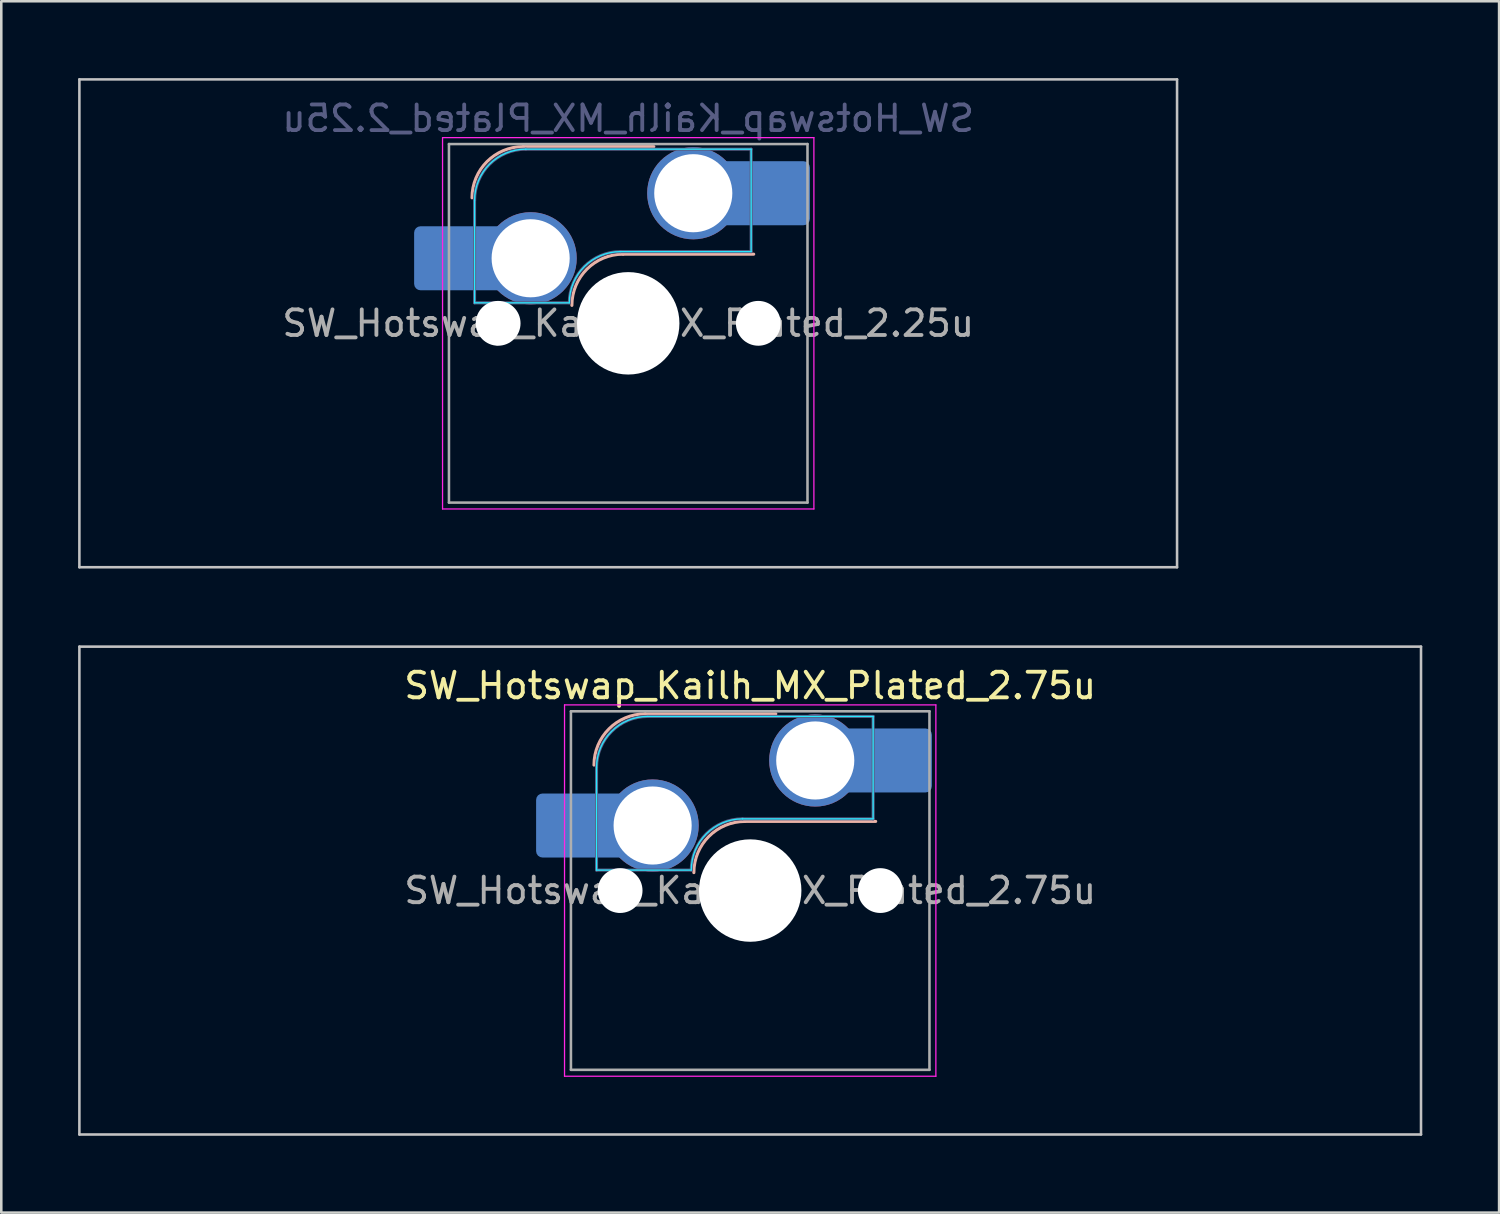
<source format=kicad_pcb>
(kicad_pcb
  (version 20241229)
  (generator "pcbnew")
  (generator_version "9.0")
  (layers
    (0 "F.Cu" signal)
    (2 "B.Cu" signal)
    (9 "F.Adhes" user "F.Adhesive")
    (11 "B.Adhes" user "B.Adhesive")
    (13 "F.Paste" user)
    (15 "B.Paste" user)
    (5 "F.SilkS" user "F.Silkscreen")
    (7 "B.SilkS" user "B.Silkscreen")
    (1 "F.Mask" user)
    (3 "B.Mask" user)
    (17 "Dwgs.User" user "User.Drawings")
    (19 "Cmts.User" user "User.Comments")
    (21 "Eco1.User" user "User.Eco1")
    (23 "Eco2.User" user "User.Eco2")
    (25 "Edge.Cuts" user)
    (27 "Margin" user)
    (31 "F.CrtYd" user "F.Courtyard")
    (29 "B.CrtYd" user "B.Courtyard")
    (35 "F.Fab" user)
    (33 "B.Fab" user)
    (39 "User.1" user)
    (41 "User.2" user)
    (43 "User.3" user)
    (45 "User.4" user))
  (footprint "SW_Hotswap_Kailh_MX_Plated_2.75u"
    (layer "F.Cu")
    (at 26.244 31.725)
    (property "Reference" "SW_Hotswap_Kailh_MX_Plated_2.75u" (at 0 -8 0) (layer "F.SilkS") (effects (font (size 1 1) (thickness 0.15))))
    (attr smd)
    (fp_line (start -4.1 -6.9) (end 1 -6.9) (stroke (width 0.12) (type solid)) (layer "B.SilkS"))
    (fp_line (start -0.2 -2.7) (end 4.9 -2.7) (stroke (width 0.12) (type solid)) (layer "B.SilkS"))
    (fp_arc (start -6.1 -4.9) (mid -5.514214 -6.314214) (end -4.1 -6.9) (stroke (width 0.12) (type solid)) (layer "B.SilkS"))
    (fp_arc (start -2.2 -0.7) (mid -1.614214 -2.114214) (end -0.2 -2.7) (stroke (width 0.12) (type solid)) (layer "B.SilkS"))
    (fp_line (start -26.194 -9.525) (end -26.194 9.525) (stroke (width 0.1) (type solid)) (layer "Dwgs.User"))
    (fp_line (start -26.194 9.525) (end 26.194 9.525) (stroke (width 0.1) (type solid)) (layer "Dwgs.User"))
    (fp_line (start 26.194 -9.525) (end -26.194 -9.525) (stroke (width 0.1) (type solid)) (layer "Dwgs.User"))
    (fp_line (start 26.194 9.525) (end 26.194 -9.525) (stroke (width 0.1) (type solid)) (layer "Dwgs.User"))
    (fp_line (start -7.8 -6) (end -7 -6) (stroke (width 0.1) (type solid)) (layer "Eco1.User"))
    (fp_line (start -7.8 -2.9) (end -7.8 -6) (stroke (width 0.1) (type solid)) (layer "Eco1.User"))
    (fp_line (start -7.8 2.9) (end -7 2.9) (stroke (width 0.1) (type solid)) (layer "Eco1.User"))
    (fp_line (start -7.8 6) (end -7.8 2.9) (stroke (width 0.1) (type solid)) (layer "Eco1.User"))
    (fp_line (start -7 -7) (end 7 -7) (stroke (width 0.1) (type solid)) (layer "Eco1.User"))
    (fp_line (start -7 -6) (end -7 -7) (stroke (width 0.1) (type solid)) (layer "Eco1.User"))
    (fp_line (start -7 -2.9) (end -7.8 -2.9) (stroke (width 0.1) (type solid)) (layer "Eco1.User"))
    (fp_line (start -7 2.9) (end -7 -2.9) (stroke (width 0.1) (type solid)) (layer "Eco1.User"))
    (fp_line (start -7 6) (end -7.8 6) (stroke (width 0.1) (type solid)) (layer "Eco1.User"))
    (fp_line (start -7 7) (end -7 6) (stroke (width 0.1) (type solid)) (layer "Eco1.User"))
    (fp_line (start 7 -7) (end 7 -6) (stroke (width 0.1) (type solid)) (layer "Eco1.User"))
    (fp_line (start 7 -6) (end 7.8 -6) (stroke (width 0.1) (type solid)) (layer "Eco1.User"))
    (fp_line (start 7 -2.9) (end 7 2.9) (stroke (width 0.1) (type solid)) (layer "Eco1.User"))
    (fp_line (start 7 2.9) (end 7.8 2.9) (stroke (width 0.1) (type solid)) (layer "Eco1.User"))
    (fp_line (start 7 6) (end 7 7) (stroke (width 0.1) (type solid)) (layer "Eco1.User"))
    (fp_line (start 7 7) (end -7 7) (stroke (width 0.1) (type solid)) (layer "Eco1.User"))
    (fp_line (start 7.8 -6) (end 7.8 -2.9) (stroke (width 0.1) (type solid)) (layer "Eco1.User"))
    (fp_line (start 7.8 -2.9) (end 7 -2.9) (stroke (width 0.1) (type solid)) (layer "Eco1.User"))
    (fp_line (start 7.8 2.9) (end 7.8 6) (stroke (width 0.1) (type solid)) (layer "Eco1.User"))
    (fp_line (start 7.8 6) (end 7 6) (stroke (width 0.1) (type solid)) (layer "Eco1.User"))
    (fp_line (start -6 -0.8) (end -6 -4.8) (stroke (width 0.05) (type solid)) (layer "B.CrtYd"))
    (fp_line (start -6 -0.8) (end -2.3 -0.8) (stroke (width 0.05) (type solid)) (layer "B.CrtYd"))
    (fp_line (start -4 -6.8) (end 4.8 -6.8) (stroke (width 0.05) (type solid)) (layer "B.CrtYd"))
    (fp_line (start -0.3 -2.8) (end 4.8 -2.8) (stroke (width 0.05) (type solid)) (layer "B.CrtYd"))
    (fp_line (start 4.8 -6.8) (end 4.8 -2.8) (stroke (width 0.05) (type solid)) (layer "B.CrtYd"))
    (fp_arc (start -6 -4.8) (mid -5.414214 -6.214214) (end -4 -6.8) (stroke (width 0.05) (type solid)) (layer "B.CrtYd"))
    (fp_arc (start -2.3 -0.8) (mid -1.714214 -2.214214) (end -0.3 -2.8) (stroke (width 0.05) (type solid)) (layer "B.CrtYd"))
    (fp_line (start -7.25 -7.25) (end -7.25 7.25) (stroke (width 0.05) (type solid)) (layer "F.CrtYd"))
    (fp_line (start -7.25 7.25) (end 7.25 7.25) (stroke (width 0.05) (type solid)) (layer "F.CrtYd"))
    (fp_line (start 7.25 -7.25) (end -7.25 -7.25) (stroke (width 0.05) (type solid)) (layer "F.CrtYd"))
    (fp_line (start 7.25 7.25) (end 7.25 -7.25) (stroke (width 0.05) (type solid)) (layer "F.CrtYd"))
    (fp_line (start -6 -0.8) (end -6 -4.8) (stroke (width 0.12) (type solid)) (layer "B.Fab"))
    (fp_line (start -6 -0.8) (end -2.3 -0.8) (stroke (width 0.12) (type solid)) (layer "B.Fab"))
    (fp_line (start -4 -6.8) (end 4.8 -6.8) (stroke (width 0.12) (type solid)) (layer "B.Fab"))
    (fp_line (start -0.3 -2.8) (end 4.8 -2.8) (stroke (width 0.12) (type solid)) (layer "B.Fab"))
    (fp_line (start 4.8 -6.8) (end 4.8 -2.8) (stroke (width 0.12) (type solid)) (layer "B.Fab"))
    (fp_arc (start -6 -4.8) (mid -5.414214 -6.214214) (end -4 -6.8) (stroke (width 0.12) (type solid)) (layer "B.Fab"))
    (fp_arc (start -2.3 -0.8) (mid -1.714214 -2.214214) (end -0.3 -2.8) (stroke (width 0.12) (type solid)) (layer "B.Fab"))
    (fp_line (start -7 -7) (end -7 7) (stroke (width 0.1) (type solid)) (layer "F.Fab"))
    (fp_line (start -7 7) (end 7 7) (stroke (width 0.1) (type solid)) (layer "F.Fab"))
    (fp_line (start 7 -7) (end -7 -7) (stroke (width 0.1) (type solid)) (layer "F.Fab"))
    (fp_line (start 7 7) (end 7 -7) (stroke (width 0.1) (type solid)) (layer "F.Fab"))
    (fp_text user "${REFERENCE}" (at 0 0 0) (layer "F.Fab") (effects (font (size 1 1) (thickness 0.15))))
    (pad "" smd roundrect (at -7.085 -2.54) (size 2.55 2.5) (layers "B.Mask" "B.Paste") (roundrect_rratio 0.1))
    (pad "" np_thru_hole circle (at -5.08 0) (size 1.75 1.75) (drill 1.75) (layers "*.Cu" "*.Mask"))
    (pad "" np_thru_hole circle (at 0 0) (size 4 4) (drill 4) (layers "*.Cu" "*.Mask"))
    (pad "" np_thru_hole circle (at 5.08 0) (size 1.75 1.75) (drill 1.75) (layers "*.Cu" "*.Mask"))
    (pad "" smd roundrect (at 5.842 -5.08) (size 2.55 2.5) (layers "B.Mask" "B.Paste") (roundrect_rratio 0.1))
    (pad "1" smd roundrect (at -6.585 -2.54) (size 3.55 2.5) (layers "B.Cu") (roundrect_rratio 0.1))
    (pad "1" thru_hole circle (at -3.81 -2.54) (size 3.6 3.6) (drill 3.05) (layers "*.Cu" "*.Mask"))
    (pad "2" thru_hole circle (at 2.54 -5.08) (size 3.6 3.6) (drill 3.05) (layers "*.Cu" "*.Mask"))
    (pad "2" smd roundrect (at 5.32 -5.08) (size 3.55 2.5) (layers "B.Cu") (roundrect_rratio 0.1)))
  (footprint "SW_Hotswap_Kailh_MX_Plated_2.25u"
    (layer "F.Cu")
    (at 21.481 9.575)
    (property "Reference" "SW_Hotswap_Kailh_MX_Plated_2.25u" (at 0 -8 0) (layer "B.Fab") (effects (font (size 1 1) (thickness 0.15)) (justify mirror)))
    (attr smd)
    (fp_line (start -4.1 -6.9) (end 1 -6.9) (stroke (width 0.12) (type solid)) (layer "B.SilkS"))
    (fp_line (start -0.2 -2.7) (end 4.9 -2.7) (stroke (width 0.12) (type solid)) (layer "B.SilkS"))
    (fp_arc (start -6.1 -4.9) (mid -5.514214 -6.314214) (end -4.1 -6.9) (stroke (width 0.12) (type solid)) (layer "B.SilkS"))
    (fp_arc (start -2.2 -0.7) (mid -1.614214 -2.114214) (end -0.2 -2.7) (stroke (width 0.12) (type solid)) (layer "B.SilkS"))
    (fp_line (start -21.431 -9.525) (end -21.431 9.525) (stroke (width 0.1) (type solid)) (layer "Dwgs.User"))
    (fp_line (start -21.431 9.525) (end 21.431 9.525) (stroke (width 0.1) (type solid)) (layer "Dwgs.User"))
    (fp_line (start 21.431 -9.525) (end -21.431 -9.525) (stroke (width 0.1) (type solid)) (layer "Dwgs.User"))
    (fp_line (start 21.431 9.525) (end 21.431 -9.525) (stroke (width 0.1) (type solid)) (layer "Dwgs.User"))
    (fp_line (start -7.8 -6) (end -7 -6) (stroke (width 0.1) (type solid)) (layer "Eco1.User"))
    (fp_line (start -7.8 -2.9) (end -7.8 -6) (stroke (width 0.1) (type solid)) (layer "Eco1.User"))
    (fp_line (start -7.8 2.9) (end -7 2.9) (stroke (width 0.1) (type solid)) (layer "Eco1.User"))
    (fp_line (start -7.8 6) (end -7.8 2.9) (stroke (width 0.1) (type solid)) (layer "Eco1.User"))
    (fp_line (start -7 -7) (end 7 -7) (stroke (width 0.1) (type solid)) (layer "Eco1.User"))
    (fp_line (start -7 -6) (end -7 -7) (stroke (width 0.1) (type solid)) (layer "Eco1.User"))
    (fp_line (start -7 -2.9) (end -7.8 -2.9) (stroke (width 0.1) (type solid)) (layer "Eco1.User"))
    (fp_line (start -7 2.9) (end -7 -2.9) (stroke (width 0.1) (type solid)) (layer "Eco1.User"))
    (fp_line (start -7 6) (end -7.8 6) (stroke (width 0.1) (type solid)) (layer "Eco1.User"))
    (fp_line (start -7 7) (end -7 6) (stroke (width 0.1) (type solid)) (layer "Eco1.User"))
    (fp_line (start 7 -7) (end 7 -6) (stroke (width 0.1) (type solid)) (layer "Eco1.User"))
    (fp_line (start 7 -6) (end 7.8 -6) (stroke (width 0.1) (type solid)) (layer "Eco1.User"))
    (fp_line (start 7 -2.9) (end 7 2.9) (stroke (width 0.1) (type solid)) (layer "Eco1.User"))
    (fp_line (start 7 2.9) (end 7.8 2.9) (stroke (width 0.1) (type solid)) (layer "Eco1.User"))
    (fp_line (start 7 6) (end 7 7) (stroke (width 0.1) (type solid)) (layer "Eco1.User"))
    (fp_line (start 7 7) (end -7 7) (stroke (width 0.1) (type solid)) (layer "Eco1.User"))
    (fp_line (start 7.8 -6) (end 7.8 -2.9) (stroke (width 0.1) (type solid)) (layer "Eco1.User"))
    (fp_line (start 7.8 -2.9) (end 7 -2.9) (stroke (width 0.1) (type solid)) (layer "Eco1.User"))
    (fp_line (start 7.8 2.9) (end 7.8 6) (stroke (width 0.1) (type solid)) (layer "Eco1.User"))
    (fp_line (start 7.8 6) (end 7 6) (stroke (width 0.1) (type solid)) (layer "Eco1.User"))
    (fp_line (start -6 -0.8) (end -6 -4.8) (stroke (width 0.05) (type solid)) (layer "B.CrtYd"))
    (fp_line (start -6 -0.8) (end -2.3 -0.8) (stroke (width 0.05) (type solid)) (layer "B.CrtYd"))
    (fp_line (start -4 -6.8) (end 4.8 -6.8) (stroke (width 0.05) (type solid)) (layer "B.CrtYd"))
    (fp_line (start -0.3 -2.8) (end 4.8 -2.8) (stroke (width 0.05) (type solid)) (layer "B.CrtYd"))
    (fp_line (start 4.8 -6.8) (end 4.8 -2.8) (stroke (width 0.05) (type solid)) (layer "B.CrtYd"))
    (fp_arc (start -6 -4.8) (mid -5.414214 -6.214214) (end -4 -6.8) (stroke (width 0.05) (type solid)) (layer "B.CrtYd"))
    (fp_arc (start -2.3 -0.8) (mid -1.714214 -2.214214) (end -0.3 -2.8) (stroke (width 0.05) (type solid)) (layer "B.CrtYd"))
    (fp_line (start -7.25 -7.25) (end -7.25 7.25) (stroke (width 0.05) (type solid)) (layer "F.CrtYd"))
    (fp_line (start -7.25 7.25) (end 7.25 7.25) (stroke (width 0.05) (type solid)) (layer "F.CrtYd"))
    (fp_line (start 7.25 -7.25) (end -7.25 -7.25) (stroke (width 0.05) (type solid)) (layer "F.CrtYd"))
    (fp_line (start 7.25 7.25) (end 7.25 -7.25) (stroke (width 0.05) (type solid)) (layer "F.CrtYd"))
    (fp_line (start -6 -0.8) (end -6 -4.8) (stroke (width 0.12) (type solid)) (layer "B.Fab"))
    (fp_line (start -6 -0.8) (end -2.3 -0.8) (stroke (width 0.12) (type solid)) (layer "B.Fab"))
    (fp_line (start -4 -6.8) (end 4.8 -6.8) (stroke (width 0.12) (type solid)) (layer "B.Fab"))
    (fp_line (start -0.3 -2.8) (end 4.8 -2.8) (stroke (width 0.12) (type solid)) (layer "B.Fab"))
    (fp_line (start 4.8 -6.8) (end 4.8 -2.8) (stroke (width 0.12) (type solid)) (layer "B.Fab"))
    (fp_arc (start -6 -4.8) (mid -5.414214 -6.214214) (end -4 -6.8) (stroke (width 0.12) (type solid)) (layer "B.Fab"))
    (fp_arc (start -2.3 -0.8) (mid -1.714214 -2.214214) (end -0.3 -2.8) (stroke (width 0.12) (type solid)) (layer "B.Fab"))
    (fp_line (start -7 -7) (end -7 7) (stroke (width 0.1) (type solid)) (layer "F.Fab"))
    (fp_line (start -7 7) (end 7 7) (stroke (width 0.1) (type solid)) (layer "F.Fab"))
    (fp_line (start 7 -7) (end -7 -7) (stroke (width 0.1) (type solid)) (layer "F.Fab"))
    (fp_line (start 7 7) (end 7 -7) (stroke (width 0.1) (type solid)) (layer "F.Fab"))
    (fp_text user "${REFERENCE}" (at 0 0 0) (layer "F.Fab") (effects (font (size 1 1) (thickness 0.15))))
    (pad "" smd roundrect (at -7.085 -2.54) (size 2.55 2.5) (layers "B.Mask" "B.Paste") (roundrect_rratio 0.1))
    (pad "" np_thru_hole circle (at -5.08 0) (size 1.75 1.75) (drill 1.75) (layers "*.Cu" "*.Mask"))
    (pad "" np_thru_hole circle (at 0 0) (size 4 4) (drill 4) (layers "*.Cu" "*.Mask"))
    (pad "" np_thru_hole circle (at 5.08 0) (size 1.75 1.75) (drill 1.75) (layers "*.Cu" "*.Mask"))
    (pad "" smd roundrect (at 5.842 -5.08) (size 2.55 2.5) (layers "B.Mask" "B.Paste") (roundrect_rratio 0.1))
    (pad "1" smd roundrect (at -6.585 -2.54) (size 3.55 2.5) (layers "B.Cu") (roundrect_rratio 0.1))
    (pad "1" thru_hole circle (at -3.81 -2.54) (size 3.6 3.6) (drill 3.05) (layers "*.Cu" "*.Mask"))
    (pad "2" thru_hole circle (at 2.54 -5.08) (size 3.6 3.6) (drill 3.05) (layers "*.Cu" "*.Mask"))
    (pad "2" smd roundrect (at 5.32 -5.08) (size 3.55 2.5) (layers "B.Cu") (roundrect_rratio 0.1)))
  (gr_rect
    (start -3 -3)
    (end 55.487 44.3)
    (stroke (width 0.1) (type default))
    (fill no)
    (layer "Edge.Cuts")))
</source>
